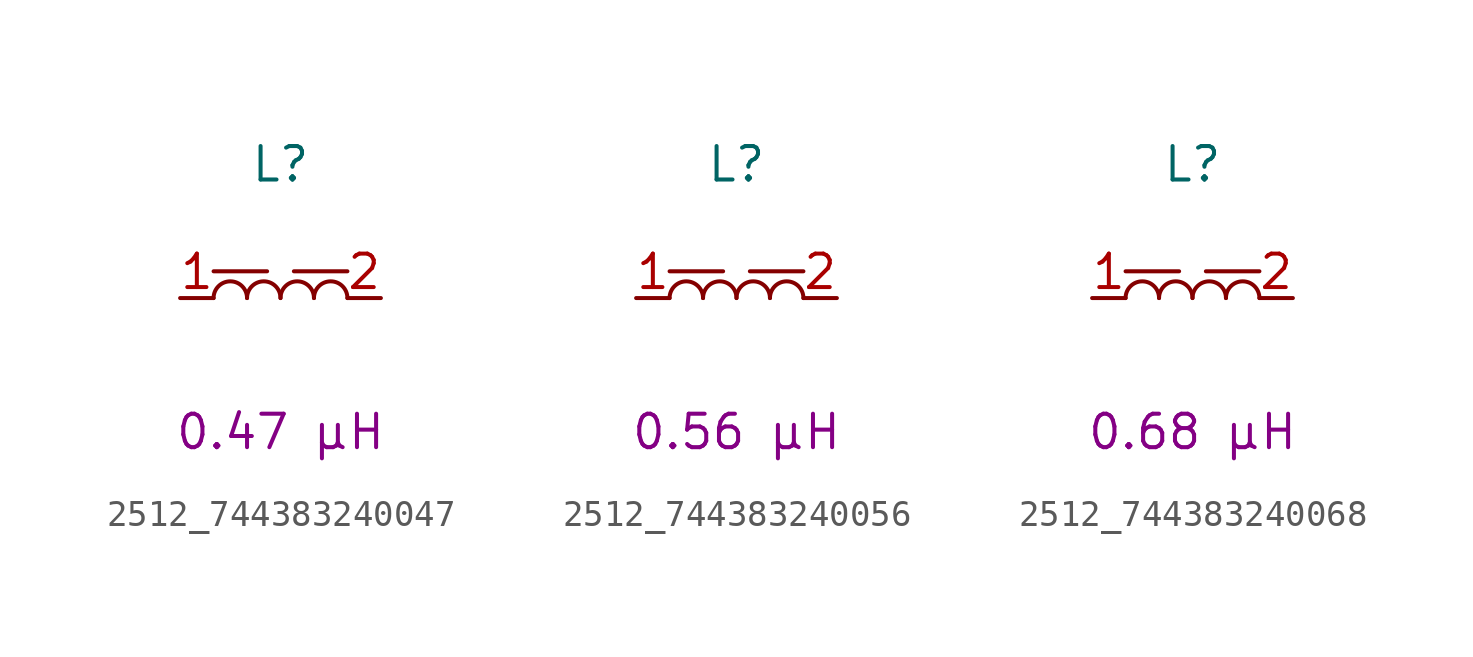
<source format=kicad_sym>
(kicad_symbol_lib
  (version 20220914)
  (generator kicad_symbol_editor)
  (symbol "2512_744383240047"
    (pin_names hide)
    (property "Reference" "L"
      (at 0 5.08 0)
      (effects (font (size 1.27 1.27))))
    (property "Critical Parameter" "0.47 µH"
      (at 0 -5.08 0)
      (effects (font (size 1.27 1.27))))
    (symbol "2512_744383240047_0_1"
      (arc (start -1.27 0) (mid -1.905 0.6323) (end -2.54 0) (stroke (width 0) (type default)) (fill (type none)))
      (arc (start 0 0) (mid -0.635 0.6323) (end -1.27 0) (stroke (width 0) (type default)) (fill (type none)))
      (polyline (pts (xy -2.54 1.016) (xy -0.508 1.016)) (stroke (width 0) (type default)) (fill (type none)))
      (arc (start 1.27 0) (mid 0.635 0.6323) (end 0 0) (stroke (width 0) (type default)) (fill (type none)))
      (arc (start 2.54 0) (mid 1.905 0.6323) (end 1.27 0) (stroke (width 0) (type default)) (fill (type none))))
    (symbol "2512_744383240047_1_1"
      (polyline (pts (xy 2.54 1.016) (xy 0.508 1.016)) (stroke (width 0) (type default)) (fill (type none)))
      (pin passive line (at -3.81 0 0) (length 1.27) (name "1" (effects (font (size 1.27 1.27)))) (number "1" (effects (font (size 1.27 1.27)))))
      (pin passive line (at 3.81 0 180) (length 1.27) (name "2" (effects (font (size 1.27 1.27)))) (number "2" (effects (font (size 1.27 1.27)))))))
  (symbol "2512_744383240056"
    (pin_names hide)
    (property "Reference" "L"
      (at 0 5.08 0)
      (effects (font (size 1.27 1.27))))
    (property "Critical Parameter" "0.56 µH"
      (at 0 -5.08 0)
      (effects (font (size 1.27 1.27))))
    (symbol "2512_744383240056_0_1"
      (arc (start -1.27 0) (mid -1.905 0.6323) (end -2.54 0) (stroke (width 0) (type default)) (fill (type none)))
      (arc (start 0 0) (mid -0.635 0.6323) (end -1.27 0) (stroke (width 0) (type default)) (fill (type none)))
      (polyline (pts (xy -2.54 1.016) (xy -0.508 1.016)) (stroke (width 0) (type default)) (fill (type none)))
      (arc (start 1.27 0) (mid 0.635 0.6323) (end 0 0) (stroke (width 0) (type default)) (fill (type none)))
      (arc (start 2.54 0) (mid 1.905 0.6323) (end 1.27 0) (stroke (width 0) (type default)) (fill (type none))))
    (symbol "2512_744383240056_1_1"
      (polyline (pts (xy 2.54 1.016) (xy 0.508 1.016)) (stroke (width 0) (type default)) (fill (type none)))
      (pin passive line (at -3.81 0 0) (length 1.27) (name "1" (effects (font (size 1.27 1.27)))) (number "1" (effects (font (size 1.27 1.27)))))
      (pin passive line (at 3.81 0 180) (length 1.27) (name "2" (effects (font (size 1.27 1.27)))) (number "2" (effects (font (size 1.27 1.27)))))))
  (symbol "2512_744383240068"
    (pin_names hide)
    (property "Reference" "L"
      (at 0 5.08 0)
      (effects (font (size 1.27 1.27))))
    (property "Critical Parameter" "0.68 µH"
      (at 0 -5.08 0)
      (effects (font (size 1.27 1.27))))
    (symbol "2512_744383240068_0_1"
      (arc (start -1.27 0) (mid -1.905 0.6323) (end -2.54 0) (stroke (width 0) (type default)) (fill (type none)))
      (arc (start 0 0) (mid -0.635 0.6323) (end -1.27 0) (stroke (width 0) (type default)) (fill (type none)))
      (polyline (pts (xy -2.54 1.016) (xy -0.508 1.016)) (stroke (width 0) (type default)) (fill (type none)))
      (arc (start 1.27 0) (mid 0.635 0.6323) (end 0 0) (stroke (width 0) (type default)) (fill (type none)))
      (arc (start 2.54 0) (mid 1.905 0.6323) (end 1.27 0) (stroke (width 0) (type default)) (fill (type none))))
    (symbol "2512_744383240068_1_1"
      (polyline (pts (xy 2.54 1.016) (xy 0.508 1.016)) (stroke (width 0) (type default)) (fill (type none)))
      (pin passive line (at -3.81 0 0) (length 1.27) (name "1" (effects (font (size 1.27 1.27)))) (number "1" (effects (font (size 1.27 1.27)))))
      (pin passive line (at 3.81 0 180) (length 1.27) (name "2" (effects (font (size 1.27 1.27)))) (number "2" (effects (font (size 1.27 1.27))))))))
</source>
